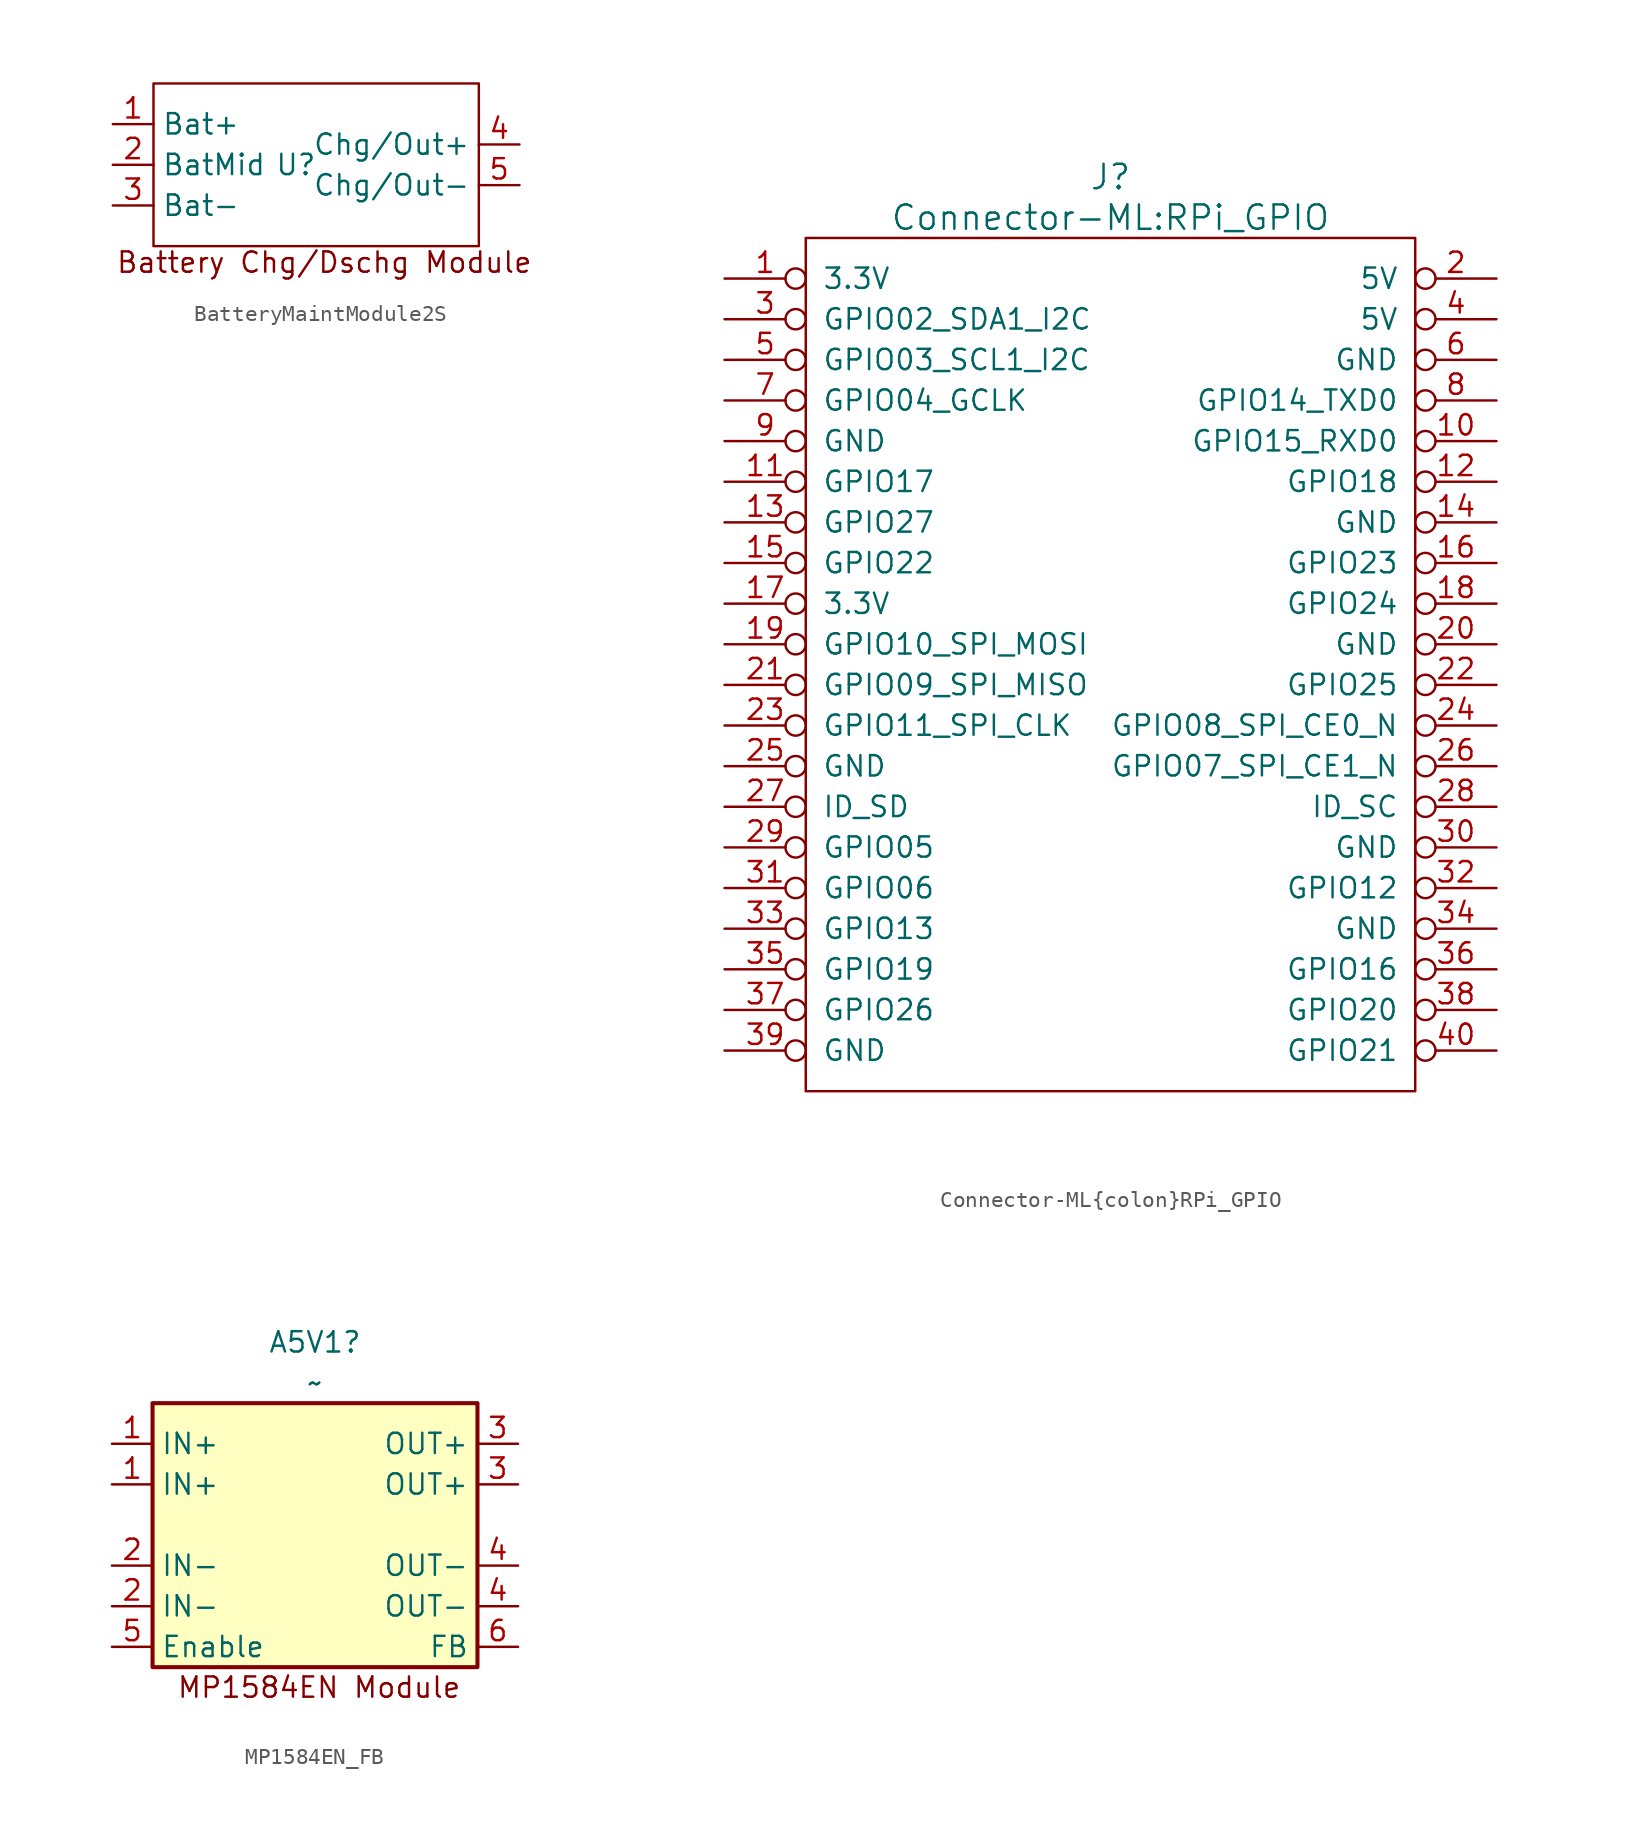
<source format=kicad_sym>
(kicad_symbol_lib
  (version 20241209)
  (generator "kicad_symbol_editor")
  (generator_version "9.0")
  (symbol "BatteryMaintModule2S"
    (property "Reference" "U"
      (at 0 0 0)
      (effects (font (size 1.27 1.27))))
    (property "Value" ""
      (at 0 0 0)
      (effects (font (size 1.27 1.27))))
    (symbol "BatteryMaintModule2S_0_1"
      (rectangle (start -8.89 5.08) (end 11.43 -5.08) (stroke (width 0) (type default)) (fill (type none))))
    (symbol "BatteryMaintModule2S_1_1"
      (text "Battery Chg/Dschg Module" (at 1.778 -6.096 0) (effects (font (size 1.27 1.27))))
      (pin bidirectional line (at -11.43 2.54 0) (length 2.54) (name "Bat+" (effects (font (size 1.27 1.27)))) (number "1" (effects (font (size 1.27 1.27)))))
      (pin bidirectional line (at -11.43 0 0) (length 2.54) (name "BatMid" (effects (font (size 1.27 1.27)))) (number "2" (effects (font (size 1.27 1.27)))))
      (pin bidirectional line (at -11.43 -2.54 0) (length 2.54) (name "Bat-" (effects (font (size 1.27 1.27)))) (number "3" (effects (font (size 1.27 1.27)))))
      (pin bidirectional line (at 13.97 1.27 180) (length 2.54) (name "Chg/Out+" (effects (font (size 1.27 1.27)))) (number "4" (effects (font (size 1.27 1.27)))))
      (pin bidirectional line (at 13.97 -1.27 180) (length 2.54) (name "Chg/Out-" (effects (font (size 1.27 1.27)))) (number "5" (effects (font (size 1.27 1.27)))))))
  (symbol "Connector-ML{colon}RPi_GPIO"
    (pin_names
      (offset 1.016))
    (property "Reference" "J"
      (at 19.05 6.35 0)
      (effects (font (size 1.524 1.524))))
    (property "Value" "Connector-ML:RPi_GPIO"
      (at 19.05 3.81 0)
      (effects (font (size 1.524 1.524))))
    (property "Footprint" ""
      (at 0 0 0)
      (effects (font (size 1.524 1.524))))
    (property "Datasheet" ""
      (at 0 0 0)
      (effects (font (size 1.524 1.524))))
    (symbol "Connector-ML{colon}RPi_GPIO_0_1"
      (rectangle (start 0 2.54) (end 38.1 -50.8) (stroke (width 0) (type solid)) (fill (type none))))
    (symbol "Connector-ML{colon}RPi_GPIO_1_1"
      (pin power_in inverted (at -5.08 0 0) (length 5.08) (name "3.3V" (effects (font (size 1.27 1.27)))) (number "1" (effects (font (size 1.27 1.27)))))
      (pin bidirectional inverted (at -5.08 -2.54 0) (length 5.08) (name "GPIO02_SDA1_I2C" (effects (font (size 1.27 1.27)))) (number "3" (effects (font (size 1.27 1.27)))))
      (pin bidirectional inverted (at -5.08 -5.08 0) (length 5.08) (name "GPIO03_SCL1_I2C" (effects (font (size 1.27 1.27)))) (number "5" (effects (font (size 1.27 1.27)))))
      (pin bidirectional inverted (at -5.08 -7.62 0) (length 5.08) (name "GPIO04_GCLK" (effects (font (size 1.27 1.27)))) (number "7" (effects (font (size 1.27 1.27)))))
      (pin power_in inverted (at -5.08 -10.16 0) (length 5.08) (name "GND" (effects (font (size 1.27 1.27)))) (number "9" (effects (font (size 1.27 1.27)))))
      (pin bidirectional inverted (at -5.08 -12.7 0) (length 5.08) (name "GPIO17" (effects (font (size 1.27 1.27)))) (number "11" (effects (font (size 1.27 1.27)))))
      (pin bidirectional inverted (at -5.08 -15.24 0) (length 5.08) (name "GPIO27" (effects (font (size 1.27 1.27)))) (number "13" (effects (font (size 1.27 1.27)))))
      (pin bidirectional inverted (at -5.08 -17.78 0) (length 5.08) (name "GPIO22" (effects (font (size 1.27 1.27)))) (number "15" (effects (font (size 1.27 1.27)))))
      (pin power_in inverted (at -5.08 -20.32 0) (length 5.08) (name "3.3V" (effects (font (size 1.27 1.27)))) (number "17" (effects (font (size 1.27 1.27)))))
      (pin bidirectional inverted (at -5.08 -22.86 0) (length 5.08) (name "GPIO10_SPI_MOSI" (effects (font (size 1.27 1.27)))) (number "19" (effects (font (size 1.27 1.27)))))
      (pin bidirectional inverted (at -5.08 -25.4 0) (length 5.08) (name "GPIO09_SPI_MISO" (effects (font (size 1.27 1.27)))) (number "21" (effects (font (size 1.27 1.27)))))
      (pin bidirectional inverted (at -5.08 -27.94 0) (length 5.08) (name "GPIO11_SPI_CLK" (effects (font (size 1.27 1.27)))) (number "23" (effects (font (size 1.27 1.27)))))
      (pin power_in inverted (at -5.08 -30.48 0) (length 5.08) (name "GND" (effects (font (size 1.27 1.27)))) (number "25" (effects (font (size 1.27 1.27)))))
      (pin bidirectional inverted (at -5.08 -33.02 0) (length 5.08) (name "ID_SD" (effects (font (size 1.27 1.27)))) (number "27" (effects (font (size 1.27 1.27)))))
      (pin bidirectional inverted (at -5.08 -35.56 0) (length 5.08) (name "GPIO05" (effects (font (size 1.27 1.27)))) (number "29" (effects (font (size 1.27 1.27)))))
      (pin bidirectional inverted (at -5.08 -38.1 0) (length 5.08) (name "GPIO06" (effects (font (size 1.27 1.27)))) (number "31" (effects (font (size 1.27 1.27)))))
      (pin bidirectional inverted (at -5.08 -40.64 0) (length 5.08) (name "GPIO13" (effects (font (size 1.27 1.27)))) (number "33" (effects (font (size 1.27 1.27)))))
      (pin bidirectional inverted (at -5.08 -43.18 0) (length 5.08) (name "GPIO19" (effects (font (size 1.27 1.27)))) (number "35" (effects (font (size 1.27 1.27)))))
      (pin bidirectional inverted (at -5.08 -45.72 0) (length 5.08) (name "GPIO26" (effects (font (size 1.27 1.27)))) (number "37" (effects (font (size 1.27 1.27)))))
      (pin power_in inverted (at -5.08 -48.26 0) (length 5.08) (name "GND" (effects (font (size 1.27 1.27)))) (number "39" (effects (font (size 1.27 1.27)))))
      (pin power_in inverted (at 43.18 0 180) (length 5.08) (name "5V" (effects (font (size 1.27 1.27)))) (number "2" (effects (font (size 1.27 1.27)))))
      (pin power_in inverted (at 43.18 -2.54 180) (length 5.08) (name "5V" (effects (font (size 1.27 1.27)))) (number "4" (effects (font (size 1.27 1.27)))))
      (pin power_in inverted (at 43.18 -5.08 180) (length 5.08) (name "GND" (effects (font (size 1.27 1.27)))) (number "6" (effects (font (size 1.27 1.27)))))
      (pin bidirectional inverted (at 43.18 -7.62 180) (length 5.08) (name "GPIO14_TXD0" (effects (font (size 1.27 1.27)))) (number "8" (effects (font (size 1.27 1.27)))))
      (pin bidirectional inverted (at 43.18 -10.16 180) (length 5.08) (name "GPIO15_RXD0" (effects (font (size 1.27 1.27)))) (number "10" (effects (font (size 1.27 1.27)))))
      (pin bidirectional inverted (at 43.18 -12.7 180) (length 5.08) (name "GPIO18" (effects (font (size 1.27 1.27)))) (number "12" (effects (font (size 1.27 1.27)))))
      (pin power_in inverted (at 43.18 -15.24 180) (length 5.08) (name "GND" (effects (font (size 1.27 1.27)))) (number "14" (effects (font (size 1.27 1.27)))))
      (pin bidirectional inverted (at 43.18 -17.78 180) (length 5.08) (name "GPIO23" (effects (font (size 1.27 1.27)))) (number "16" (effects (font (size 1.27 1.27)))))
      (pin bidirectional inverted (at 43.18 -20.32 180) (length 5.08) (name "GPIO24" (effects (font (size 1.27 1.27)))) (number "18" (effects (font (size 1.27 1.27)))))
      (pin power_in inverted (at 43.18 -22.86 180) (length 5.08) (name "GND" (effects (font (size 1.27 1.27)))) (number "20" (effects (font (size 1.27 1.27)))))
      (pin bidirectional inverted (at 43.18 -25.4 180) (length 5.08) (name "GPIO25" (effects (font (size 1.27 1.27)))) (number "22" (effects (font (size 1.27 1.27)))))
      (pin bidirectional inverted (at 43.18 -27.94 180) (length 5.08) (name "GPIO08_SPI_CE0_N" (effects (font (size 1.27 1.27)))) (number "24" (effects (font (size 1.27 1.27)))))
      (pin bidirectional inverted (at 43.18 -30.48 180) (length 5.08) (name "GPIO07_SPI_CE1_N" (effects (font (size 1.27 1.27)))) (number "26" (effects (font (size 1.27 1.27)))))
      (pin bidirectional inverted (at 43.18 -33.02 180) (length 5.08) (name "ID_SC" (effects (font (size 1.27 1.27)))) (number "28" (effects (font (size 1.27 1.27)))))
      (pin power_in inverted (at 43.18 -35.56 180) (length 5.08) (name "GND" (effects (font (size 1.27 1.27)))) (number "30" (effects (font (size 1.27 1.27)))))
      (pin bidirectional inverted (at 43.18 -38.1 180) (length 5.08) (name "GPIO12" (effects (font (size 1.27 1.27)))) (number "32" (effects (font (size 1.27 1.27)))))
      (pin power_in inverted (at 43.18 -40.64 180) (length 5.08) (name "GND" (effects (font (size 1.27 1.27)))) (number "34" (effects (font (size 1.27 1.27)))))
      (pin bidirectional inverted (at 43.18 -43.18 180) (length 5.08) (name "GPIO16" (effects (font (size 1.27 1.27)))) (number "36" (effects (font (size 1.27 1.27)))))
      (pin bidirectional inverted (at 43.18 -45.72 180) (length 5.08) (name "GPIO20" (effects (font (size 1.27 1.27)))) (number "38" (effects (font (size 1.27 1.27)))))
      (pin bidirectional inverted (at 43.18 -48.26 180) (length 5.08) (name "GPIO21" (effects (font (size 1.27 1.27)))) (number "40" (effects (font (size 1.27 1.27)))))))
  (symbol "MP1584EN_FB"
    (property "Reference" "A5V1"
      (at -10.16 2.54 0)
      (effects (font (size 1.27 1.27))))
    (property "Value" "~"
      (at -10.16 0 0)
      (effects (font (size 1.27 1.27))))
    (symbol "MP1584EN_FB_0_1"
      (rectangle (start -20.32 -1.27) (end 0 -17.78) (stroke (width 0.254) (type default)) (fill (type background))))
    (symbol "MP1584EN_FB_1_1"
      (text "MP1584EN Module" (at -9.906 -19.05 0) (effects (font (size 1.27 1.27))))
      (pin power_in line (at -22.86 -3.81 0) (length 2.54) (name "IN+" (effects (font (size 1.27 1.27)))) (number "1" (effects (font (size 1.27 1.27)))))
      (pin power_in line (at -22.86 -6.35 0) (length 2.54) (name "IN+" (effects (font (size 1.27 1.27)))) (number "1" (effects (font (size 1.27 1.27)))))
      (pin power_in line (at -22.86 -11.43 0) (length 2.54) (name "IN-" (effects (font (size 1.27 1.27)))) (number "2" (effects (font (size 1.27 1.27)))))
      (pin power_in line (at -22.86 -13.97 0) (length 2.54) (name "IN-" (effects (font (size 1.27 1.27)))) (number "2" (effects (font (size 1.27 1.27)))))
      (pin input line (at -22.86 -16.51 0) (length 2.54) (name "Enable" (effects (font (size 1.27 1.27)))) (number "5" (effects (font (size 1.27 1.27)))))
      (pin power_out line (at 2.54 -3.81 180) (length 2.54) (name "OUT+" (effects (font (size 1.27 1.27)))) (number "3" (effects (font (size 1.27 1.27)))))
      (pin power_out line (at 2.54 -6.35 180) (length 2.54) (name "OUT+" (effects (font (size 1.27 1.27)))) (number "3" (effects (font (size 1.27 1.27)))))
      (pin power_out line (at 2.54 -11.43 180) (length 2.54) (name "OUT-" (effects (font (size 1.27 1.27)))) (number "4" (effects (font (size 1.27 1.27)))))
      (pin power_out line (at 2.54 -13.97 180) (length 2.54) (name "OUT-" (effects (font (size 1.27 1.27)))) (number "4" (effects (font (size 1.27 1.27)))))
      (pin input line (at 2.54 -16.51 180) (length 2.54) (name "FB" (effects (font (size 1.27 1.27)))) (number "6" (effects (font (size 1.27 1.27))))))))
</source>
